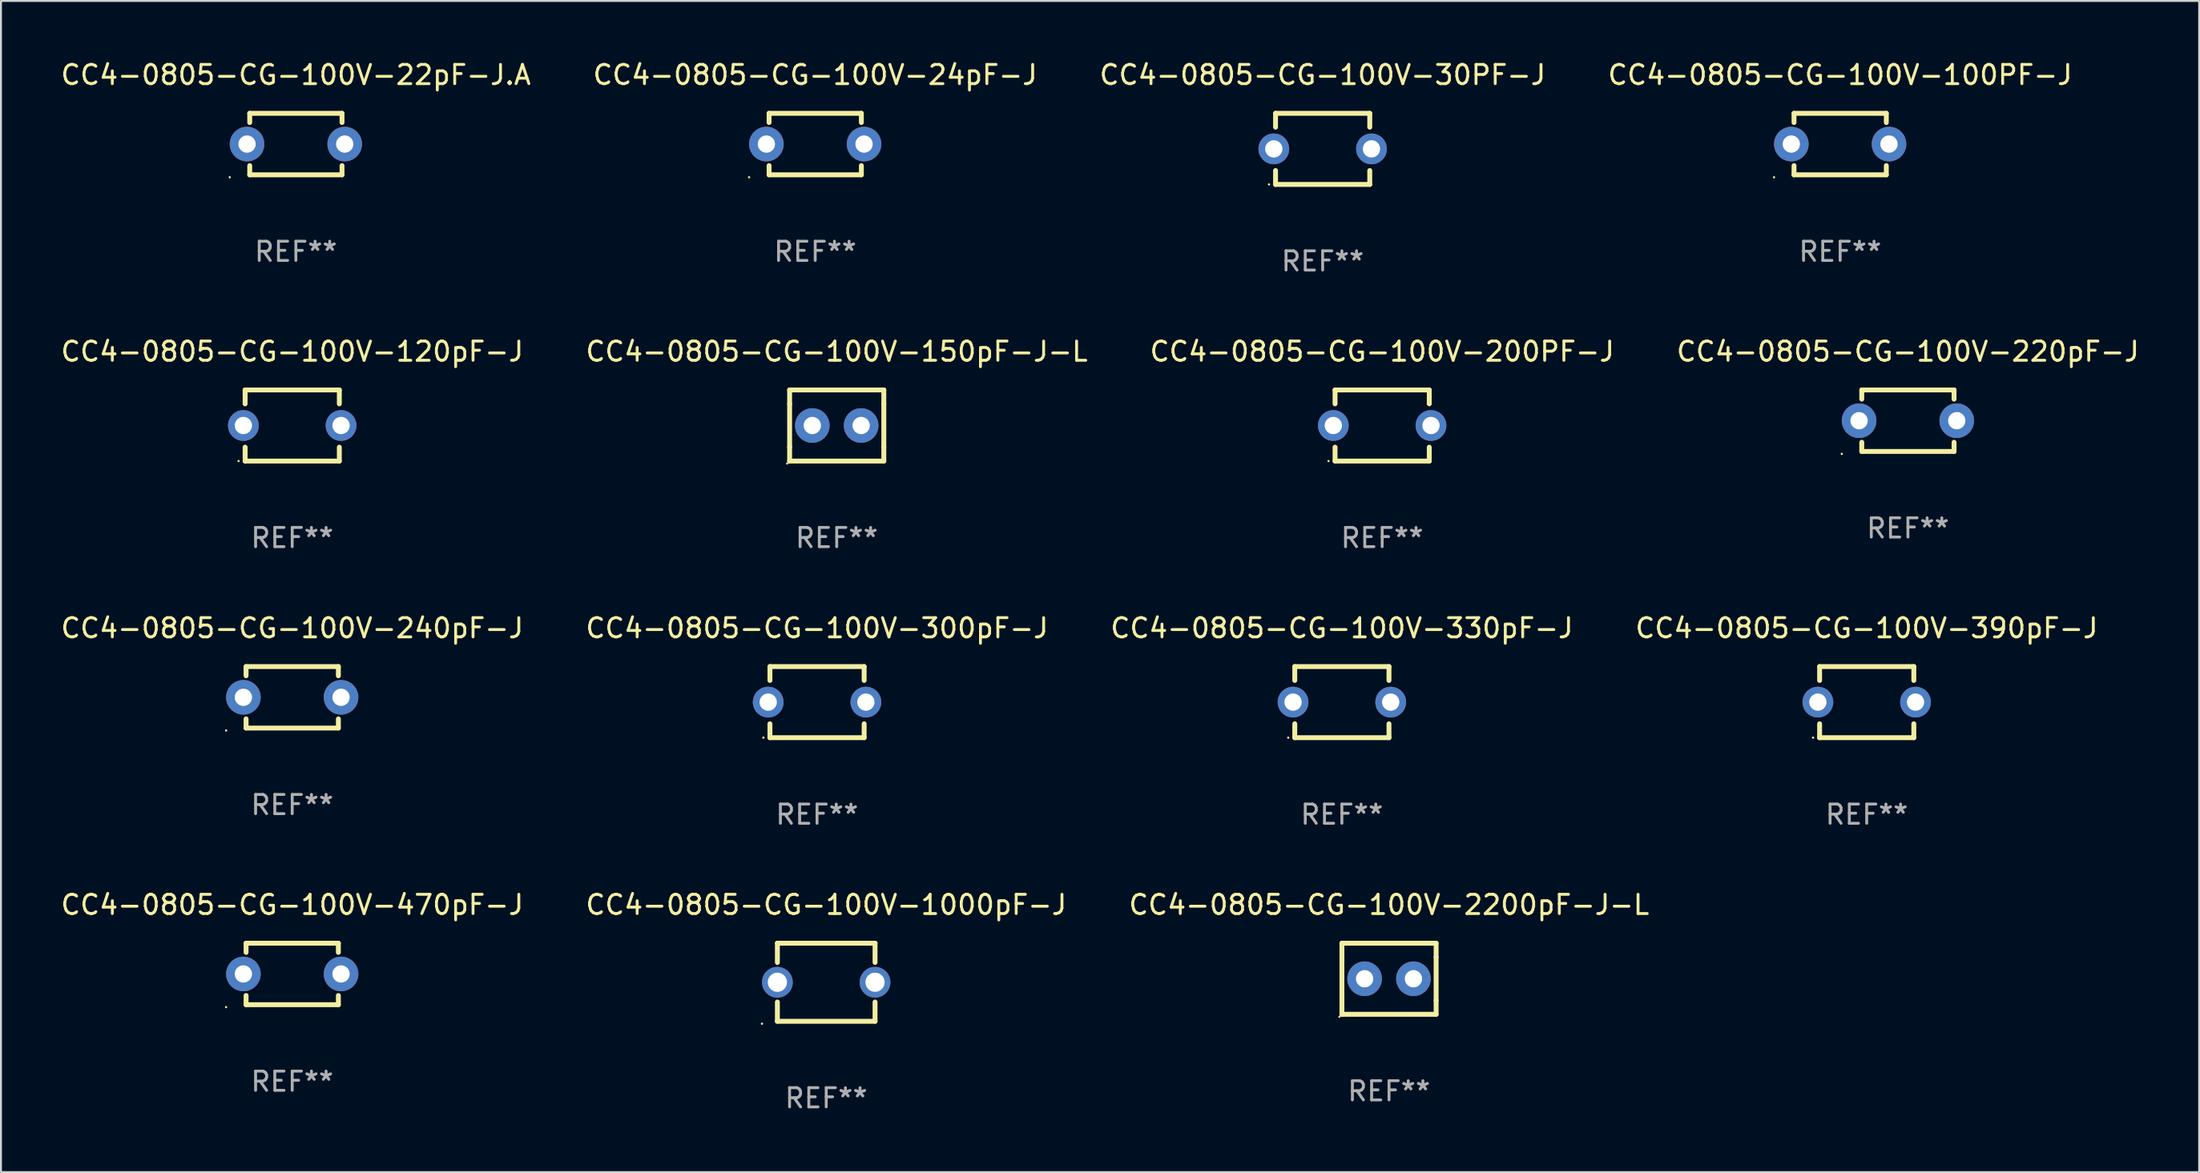
<source format=kicad_pcb>
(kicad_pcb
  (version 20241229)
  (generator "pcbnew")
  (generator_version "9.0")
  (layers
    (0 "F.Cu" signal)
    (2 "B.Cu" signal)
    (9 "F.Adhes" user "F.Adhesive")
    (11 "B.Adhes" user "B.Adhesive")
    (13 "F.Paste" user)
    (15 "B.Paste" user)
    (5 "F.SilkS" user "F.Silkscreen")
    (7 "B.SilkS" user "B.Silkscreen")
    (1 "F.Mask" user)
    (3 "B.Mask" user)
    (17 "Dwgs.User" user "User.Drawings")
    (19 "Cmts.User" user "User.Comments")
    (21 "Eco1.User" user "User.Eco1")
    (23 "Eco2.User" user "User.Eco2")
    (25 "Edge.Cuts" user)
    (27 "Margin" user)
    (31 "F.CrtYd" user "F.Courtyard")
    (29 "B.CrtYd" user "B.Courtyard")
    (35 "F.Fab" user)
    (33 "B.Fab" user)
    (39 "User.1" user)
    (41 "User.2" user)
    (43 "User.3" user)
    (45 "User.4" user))
  (footprint "CC4-0805-CG-100V-300pF-J"
    (layer "F.Cu")
    (at 39.446 33.491)
    (property "Reference" "CC4-0805-CG-100V-300pF-J" (at 0 -3.85 0) (layer "F.SilkS") (effects (font (size 1 1) (thickness 0.15))))
    (attr through_hole)
    (fp_line (start -2.45 -1.85) (end 2.45 -1.85) (stroke (width 0.254) (type solid)) (layer "F.SilkS"))
    (fp_line (start -2.45 -1.128) (end -2.45 -1.85) (stroke (width 0.254) (type solid)) (layer "F.SilkS"))
    (fp_line (start -2.45 1.85) (end -2.45 1.128) (stroke (width 0.254) (type solid)) (layer "F.SilkS"))
    (fp_line (start 2.45 -1.85) (end 2.45 -1.128) (stroke (width 0.254) (type solid)) (layer "F.SilkS"))
    (fp_line (start 2.45 1.128) (end 2.45 1.85) (stroke (width 0.254) (type solid)) (layer "F.SilkS"))
    (fp_line (start 2.45 1.85) (end -2.45 1.85) (stroke (width 0.254) (type solid)) (layer "F.SilkS"))
    (fp_circle (center -2.79 1.85) (end -2.76 1.85) (stroke (width 0.06) (type solid)) (fill no) (layer "F.SilkS"))
    (fp_text user "REF**" (at 0 5.85 0) (layer "F.Fab") (effects (font (size 1 1) (thickness 0.15))))
    (pad "1" thru_hole circle (at -2.54 0) (size 1.6 1.6) (drill 0.9) (layers "*.Cu" "*.Mask"))
    (pad "2" thru_hole circle (at 2.54 0) (size 1.6 1.6) (drill 0.9) (layers "*.Cu" "*.Mask")))
  (footprint "CC4-0805-CG-100V-120pF-J"
    (layer "F.Cu")
    (at 12.149 19.095)
    (property "Reference" "CC4-0805-CG-100V-120pF-J" (at 0 -3.85 0) (layer "F.SilkS") (effects (font (size 1 1) (thickness 0.15))))
    (attr through_hole)
    (fp_line (start -2.45 -1.85) (end 2.45 -1.85) (stroke (width 0.254) (type solid)) (layer "F.SilkS"))
    (fp_line (start -2.45 -1.128) (end -2.45 -1.85) (stroke (width 0.254) (type solid)) (layer "F.SilkS"))
    (fp_line (start -2.45 1.85) (end -2.45 1.128) (stroke (width 0.254) (type solid)) (layer "F.SilkS"))
    (fp_line (start 2.45 -1.85) (end 2.45 -1.128) (stroke (width 0.254) (type solid)) (layer "F.SilkS"))
    (fp_line (start 2.45 1.128) (end 2.45 1.85) (stroke (width 0.254) (type solid)) (layer "F.SilkS"))
    (fp_line (start 2.45 1.85) (end -2.45 1.85) (stroke (width 0.254) (type solid)) (layer "F.SilkS"))
    (fp_circle (center -2.79 1.85) (end -2.76 1.85) (stroke (width 0.06) (type solid)) (fill no) (layer "F.SilkS"))
    (fp_text user "REF**" (at 0 5.85 0) (layer "F.Fab") (effects (font (size 1 1) (thickness 0.15))))
    (pad "1" thru_hole circle (at -2.54 0) (size 1.6 1.6) (drill 0.9) (layers "*.Cu" "*.Mask"))
    (pad "2" thru_hole circle (at 2.54 0) (size 1.6 1.6) (drill 0.9) (layers "*.Cu" "*.Mask")))
  (footprint "CC4-0805-CG-100V-470pF-J"
    (layer "F.Cu")
    (at 12.149 47.638)
    (property "Reference" "CC4-0805-CG-100V-470pF-J" (at 0 -3.6 0) (layer "F.SilkS") (effects (font (size 1 1) (thickness 0.15))))
    (attr through_hole)
    (fp_line (start -2.4 -1.122) (end -2.4 -1.6) (stroke (width 0.254) (type solid)) (layer "F.SilkS"))
    (fp_line (start -2.4 1.6) (end -2.4 1.122) (stroke (width 0.254) (type solid)) (layer "F.SilkS"))
    (fp_line (start -2.4 -1.6) (end 2.4 -1.6) (stroke (width 0.254) (type solid)) (layer "F.SilkS"))
    (fp_line (start 2.4 1.6) (end -2.4 1.6) (stroke (width 0.254) (type solid)) (layer "F.SilkS"))
    (fp_line (start 2.4 -1.6) (end 2.4 -1.122) (stroke (width 0.254) (type solid)) (layer "F.SilkS"))
    (fp_line (start 2.4 1.122) (end 2.4 1.6) (stroke (width 0.254) (type solid)) (layer "F.SilkS"))
    (fp_circle (center -3.44 1.727) (end -3.41 1.727) (stroke (width 0.06) (type solid)) (fill no) (layer "F.SilkS"))
    (fp_text user "REF**" (at 0 5.6 0) (layer "F.Fab") (effects (font (size 1 1) (thickness 0.15))))
    (pad "1" thru_hole circle (at -2.54 0) (size 1.8 1.8) (drill 0.9) (layers "*.Cu" "*.Mask"))
    (pad "2" thru_hole circle (at 2.54 0) (size 1.8 1.8) (drill 0.9) (layers "*.Cu" "*.Mask")))
  (footprint "CC4-0805-CG-100V-150pF-J-L"
    (layer "F.Cu")
    (at 40.47 19.095)
    (property "Reference" "CC4-0805-CG-100V-150pF-J-L" (at 0 -3.85 0) (layer "F.SilkS") (effects (font (size 1 1) (thickness 0.15))))
    (attr through_hole)
    (fp_line (start -2.45 -1.85) (end 2.45 -1.85) (stroke (width 0.254) (type solid)) (layer "F.SilkS"))
    (fp_line (start -2.45 -1.128) (end -2.45 -1.85) (stroke (width 0.254) (type solid)) (layer "F.SilkS"))
    (fp_line (start -2.45 -1.128) (end -2.45 1.128) (stroke (width 0.254) (type solid)) (layer "F.SilkS"))
    (fp_line (start -2.45 1.85) (end -2.45 1.128) (stroke (width 0.254) (type solid)) (layer "F.SilkS"))
    (fp_line (start 2.45 -1.85) (end 2.45 -1.128) (stroke (width 0.254) (type solid)) (layer "F.SilkS"))
    (fp_line (start 2.45 -1.128) (end 2.45 1.128) (stroke (width 0.254) (type solid)) (layer "F.SilkS"))
    (fp_line (start 2.45 1.128) (end 2.45 1.85) (stroke (width 0.254) (type solid)) (layer "F.SilkS"))
    (fp_line (start 2.45 1.85) (end -2.45 1.85) (stroke (width 0.254) (type solid)) (layer "F.SilkS"))
    (fp_circle (center -2.577 1.977) (end -2.547 1.977) (stroke (width 0.06) (type solid)) (fill no) (layer "F.SilkS"))
    (fp_text user "REF**" (at 0 5.85 0) (layer "F.Fab") (effects (font (size 1 1) (thickness 0.15))))
    (pad "1" thru_hole circle (at -1.27 0) (size 1.8 1.8) (drill 0.9) (layers "*.Cu" "*.Mask"))
    (pad "2" thru_hole circle (at 1.27 0) (size 1.8 1.8) (drill 0.9) (layers "*.Cu" "*.Mask")))
  (footprint "CC4-0805-CG-100V-1000pF-J"
    (layer "F.Cu")
    (at 39.923 48.07)
    (property "Reference" "CC4-0805-CG-100V-1000pF-J" (at 0 -4.032 0) (layer "F.SilkS") (effects (font (size 1 1) (thickness 0.15))))
    (attr through_hole)
    (fp_line (start -2.54 -2.032) (end -2.54 -1.031) (stroke (width 0.254) (type solid)) (layer "F.SilkS"))
    (fp_line (start -2.54 -2.032) (end 2.54 -2.032) (stroke (width 0.254) (type solid)) (layer "F.SilkS"))
    (fp_line (start -2.54 1.031) (end -2.54 2.032) (stroke (width 0.254) (type solid)) (layer "F.SilkS"))
    (fp_line (start -2.54 2.032) (end 2.54 2.032) (stroke (width 0.254) (type solid)) (layer "F.SilkS"))
    (fp_line (start 2.54 -2.032) (end 2.54 -1.031) (stroke (width 0.254) (type solid)) (layer "F.SilkS"))
    (fp_line (start 2.54 1.031) (end 2.54 2.032) (stroke (width 0.254) (type solid)) (layer "F.SilkS"))
    (fp_circle (center -3.34 2.159) (end -3.31 2.159) (stroke (width 0.06) (type solid)) (fill no) (layer "F.SilkS"))
    (fp_text user "REF**" (at 0 6.032 0) (layer "F.Fab") (effects (font (size 1 1) (thickness 0.15))))
    (pad "1" thru_hole circle (at -2.54 0) (size 1.6 1.6) (drill 1) (layers "*.Cu" "*.Mask"))
    (pad "2" thru_hole circle (at 2.54 0) (size 1.6 1.6) (drill 1) (layers "*.Cu" "*.Mask")))
  (footprint "CC4-0805-CG-100V-240pF-J"
    (layer "F.Cu")
    (at 12.149 33.241)
    (property "Reference" "CC4-0805-CG-100V-240pF-J" (at 0 -3.6 0) (layer "F.SilkS") (effects (font (size 1 1) (thickness 0.15))))
    (attr through_hole)
    (fp_line (start -2.4 -1.122) (end -2.4 -1.6) (stroke (width 0.254) (type solid)) (layer "F.SilkS"))
    (fp_line (start -2.4 1.6) (end -2.4 1.122) (stroke (width 0.254) (type solid)) (layer "F.SilkS"))
    (fp_line (start -2.4 -1.6) (end 2.4 -1.6) (stroke (width 0.254) (type solid)) (layer "F.SilkS"))
    (fp_line (start 2.4 1.6) (end -2.4 1.6) (stroke (width 0.254) (type solid)) (layer "F.SilkS"))
    (fp_line (start 2.4 -1.6) (end 2.4 -1.122) (stroke (width 0.254) (type solid)) (layer "F.SilkS"))
    (fp_line (start 2.4 1.122) (end 2.4 1.6) (stroke (width 0.254) (type solid)) (layer "F.SilkS"))
    (fp_circle (center -3.44 1.727) (end -3.41 1.727) (stroke (width 0.06) (type solid)) (fill no) (layer "F.SilkS"))
    (fp_text user "REF**" (at 0 5.6 0) (layer "F.Fab") (effects (font (size 1 1) (thickness 0.15))))
    (pad "1" thru_hole circle (at -2.54 0) (size 1.8 1.8) (drill 0.9) (layers "*.Cu" "*.Mask"))
    (pad "2" thru_hole circle (at 2.54 0) (size 1.8 1.8) (drill 0.9) (layers "*.Cu" "*.Mask")))
  (footprint "CC4-0805-CG-100V-330pF-J"
    (layer "F.Cu")
    (at 66.744 33.491)
    (property "Reference" "CC4-0805-CG-100V-330pF-J" (at 0 -3.85 0) (layer "F.SilkS") (effects (font (size 1 1) (thickness 0.15))))
    (attr through_hole)
    (fp_line (start -2.45 -1.85) (end 2.45 -1.85) (stroke (width 0.254) (type solid)) (layer "F.SilkS"))
    (fp_line (start -2.45 -1.128) (end -2.45 -1.85) (stroke (width 0.254) (type solid)) (layer "F.SilkS"))
    (fp_line (start -2.45 1.85) (end -2.45 1.128) (stroke (width 0.254) (type solid)) (layer "F.SilkS"))
    (fp_line (start 2.45 -1.85) (end 2.45 -1.128) (stroke (width 0.254) (type solid)) (layer "F.SilkS"))
    (fp_line (start 2.45 1.128) (end 2.45 1.85) (stroke (width 0.254) (type solid)) (layer "F.SilkS"))
    (fp_line (start 2.45 1.85) (end -2.45 1.85) (stroke (width 0.254) (type solid)) (layer "F.SilkS"))
    (fp_circle (center -2.79 1.85) (end -2.76 1.85) (stroke (width 0.06) (type solid)) (fill no) (layer "F.SilkS"))
    (fp_text user "REF**" (at 0 5.85 0) (layer "F.Fab") (effects (font (size 1 1) (thickness 0.15))))
    (pad "1" thru_hole circle (at -2.54 0) (size 1.6 1.6) (drill 0.9) (layers "*.Cu" "*.Mask"))
    (pad "2" thru_hole circle (at 2.54 0) (size 1.6 1.6) (drill 0.9) (layers "*.Cu" "*.Mask")))
  (footprint "CC4-0805-CG-100V-30PF-J"
    (layer "F.Cu")
    (at 65.744 4.698)
    (property "Reference" "CC4-0805-CG-100V-30PF-J" (at 0 -3.85 0) (layer "F.SilkS") (effects (font (size 1 1) (thickness 0.15))))
    (attr through_hole)
    (fp_line (start -2.45 -1.85) (end 2.45 -1.85) (stroke (width 0.254) (type solid)) (layer "F.SilkS"))
    (fp_line (start -2.45 -1.128) (end -2.45 -1.85) (stroke (width 0.254) (type solid)) (layer "F.SilkS"))
    (fp_line (start -2.45 1.85) (end -2.45 1.128) (stroke (width 0.254) (type solid)) (layer "F.SilkS"))
    (fp_line (start 2.45 -1.85) (end 2.45 -1.128) (stroke (width 0.254) (type solid)) (layer "F.SilkS"))
    (fp_line (start 2.45 1.128) (end 2.45 1.85) (stroke (width 0.254) (type solid)) (layer "F.SilkS"))
    (fp_line (start 2.45 1.85) (end -2.45 1.85) (stroke (width 0.254) (type solid)) (layer "F.SilkS"))
    (fp_circle (center -2.79 1.85) (end -2.76 1.85) (stroke (width 0.06) (type solid)) (fill no) (layer "F.SilkS"))
    (fp_text user "REF**" (at 0 5.85 0) (layer "F.Fab") (effects (font (size 1 1) (thickness 0.15))))
    (pad "1" thru_hole circle (at -2.54 0) (size 1.6 1.6) (drill 0.9) (layers "*.Cu" "*.Mask"))
    (pad "2" thru_hole circle (at 2.54 0) (size 1.6 1.6) (drill 0.9) (layers "*.Cu" "*.Mask")))
  (footprint "CC4-0805-CG-100V-390pF-J"
    (layer "F.Cu")
    (at 94.042 33.491)
    (property "Reference" "CC4-0805-CG-100V-390pF-J" (at 0 -3.85 0) (layer "F.SilkS") (effects (font (size 1 1) (thickness 0.15))))
    (attr through_hole)
    (fp_line (start -2.45 -1.85) (end 2.45 -1.85) (stroke (width 0.254) (type solid)) (layer "F.SilkS"))
    (fp_line (start -2.45 -1.128) (end -2.45 -1.85) (stroke (width 0.254) (type solid)) (layer "F.SilkS"))
    (fp_line (start -2.45 1.85) (end -2.45 1.128) (stroke (width 0.254) (type solid)) (layer "F.SilkS"))
    (fp_line (start 2.45 -1.85) (end 2.45 -1.128) (stroke (width 0.254) (type solid)) (layer "F.SilkS"))
    (fp_line (start 2.45 1.128) (end 2.45 1.85) (stroke (width 0.254) (type solid)) (layer "F.SilkS"))
    (fp_line (start 2.45 1.85) (end -2.45 1.85) (stroke (width 0.254) (type solid)) (layer "F.SilkS"))
    (fp_circle (center -2.79 1.85) (end -2.76 1.85) (stroke (width 0.06) (type solid)) (fill no) (layer "F.SilkS"))
    (fp_text user "REF**" (at 0 5.85 0) (layer "F.Fab") (effects (font (size 1 1) (thickness 0.15))))
    (pad "1" thru_hole circle (at -2.54 0) (size 1.6 1.6) (drill 0.9) (layers "*.Cu" "*.Mask"))
    (pad "2" thru_hole circle (at 2.54 0) (size 1.6 1.6) (drill 0.9) (layers "*.Cu" "*.Mask")))
  (footprint "CC4-0805-CG-100V-100PF-J"
    (layer "F.Cu")
    (at 92.661 4.448)
    (property "Reference" "CC4-0805-CG-100V-100PF-J" (at 0 -3.6 0) (layer "F.SilkS") (effects (font (size 1 1) (thickness 0.15))))
    (attr through_hole)
    (fp_line (start -2.4 -1.122) (end -2.4 -1.6) (stroke (width 0.254) (type solid)) (layer "F.SilkS"))
    (fp_line (start -2.4 1.6) (end -2.4 1.122) (stroke (width 0.254) (type solid)) (layer "F.SilkS"))
    (fp_line (start -2.4 -1.6) (end 2.4 -1.6) (stroke (width 0.254) (type solid)) (layer "F.SilkS"))
    (fp_line (start 2.4 1.6) (end -2.4 1.6) (stroke (width 0.254) (type solid)) (layer "F.SilkS"))
    (fp_line (start 2.4 -1.6) (end 2.4 -1.122) (stroke (width 0.254) (type solid)) (layer "F.SilkS"))
    (fp_line (start 2.4 1.122) (end 2.4 1.6) (stroke (width 0.254) (type solid)) (layer "F.SilkS"))
    (fp_circle (center -3.44 1.727) (end -3.41 1.727) (stroke (width 0.06) (type solid)) (fill no) (layer "F.SilkS"))
    (fp_text user "REF**" (at 0 5.6 0) (layer "F.Fab") (effects (font (size 1 1) (thickness 0.15))))
    (pad "1" thru_hole circle (at -2.54 0) (size 1.8 1.8) (drill 0.9) (layers "*.Cu" "*.Mask"))
    (pad "2" thru_hole circle (at 2.54 0) (size 1.8 1.8) (drill 0.9) (layers "*.Cu" "*.Mask")))
  (footprint "CC4-0805-CG-100V-2200pF-J-L"
    (layer "F.Cu")
    (at 69.196 47.888)
    (property "Reference" "CC4-0805-CG-100V-2200pF-J-L" (at 0 -3.85 0) (layer "F.SilkS") (effects (font (size 1 1) (thickness 0.15))))
    (attr through_hole)
    (fp_line (start -2.45 -1.85) (end 2.45 -1.85) (stroke (width 0.254) (type solid)) (layer "F.SilkS"))
    (fp_line (start -2.45 -1.128) (end -2.45 -1.85) (stroke (width 0.254) (type solid)) (layer "F.SilkS"))
    (fp_line (start -2.45 -1.128) (end -2.45 1.128) (stroke (width 0.254) (type solid)) (layer "F.SilkS"))
    (fp_line (start -2.45 1.85) (end -2.45 1.128) (stroke (width 0.254) (type solid)) (layer "F.SilkS"))
    (fp_line (start 2.45 -1.85) (end 2.45 -1.128) (stroke (width 0.254) (type solid)) (layer "F.SilkS"))
    (fp_line (start 2.45 -1.128) (end 2.45 1.128) (stroke (width 0.254) (type solid)) (layer "F.SilkS"))
    (fp_line (start 2.45 1.128) (end 2.45 1.85) (stroke (width 0.254) (type solid)) (layer "F.SilkS"))
    (fp_line (start 2.45 1.85) (end -2.45 1.85) (stroke (width 0.254) (type solid)) (layer "F.SilkS"))
    (fp_circle (center -2.577 1.977) (end -2.547 1.977) (stroke (width 0.06) (type solid)) (fill no) (layer "F.SilkS"))
    (fp_text user "REF**" (at 0 5.85 0) (layer "F.Fab") (effects (font (size 1 1) (thickness 0.15))))
    (pad "1" thru_hole circle (at -1.27 0) (size 1.8 1.8) (drill 0.9) (layers "*.Cu" "*.Mask"))
    (pad "2" thru_hole circle (at 1.27 0) (size 1.8 1.8) (drill 0.9) (layers "*.Cu" "*.Mask")))
  (footprint "CC4-0805-CG-100V-22pF-J.A"
    (layer "F.Cu")
    (at 12.339 4.448)
    (property "Reference" "CC4-0805-CG-100V-22pF-J.A" (at 0 -3.6 0) (layer "F.SilkS") (effects (font (size 1 1) (thickness 0.15))))
    (attr through_hole)
    (fp_line (start -2.4 -1.122) (end -2.4 -1.6) (stroke (width 0.254) (type solid)) (layer "F.SilkS"))
    (fp_line (start -2.4 1.6) (end -2.4 1.122) (stroke (width 0.254) (type solid)) (layer "F.SilkS"))
    (fp_line (start -2.4 -1.6) (end 2.4 -1.6) (stroke (width 0.254) (type solid)) (layer "F.SilkS"))
    (fp_line (start 2.4 1.6) (end -2.4 1.6) (stroke (width 0.254) (type solid)) (layer "F.SilkS"))
    (fp_line (start 2.4 -1.6) (end 2.4 -1.122) (stroke (width 0.254) (type solid)) (layer "F.SilkS"))
    (fp_line (start 2.4 1.122) (end 2.4 1.6) (stroke (width 0.254) (type solid)) (layer "F.SilkS"))
    (fp_circle (center -3.44 1.727) (end -3.41 1.727) (stroke (width 0.06) (type solid)) (fill no) (layer "F.SilkS"))
    (fp_text user "REF**" (at 0 5.6 0) (layer "F.Fab") (effects (font (size 1 1) (thickness 0.15))))
    (pad "1" thru_hole circle (at -2.54 0) (size 1.8 1.8) (drill 0.9) (layers "*.Cu" "*.Mask"))
    (pad "2" thru_hole circle (at 2.54 0) (size 1.8 1.8) (drill 0.9) (layers "*.Cu" "*.Mask")))
  (footprint "CC4-0805-CG-100V-220pF-J"
    (layer "F.Cu")
    (at 96.185 18.845)
    (property "Reference" "CC4-0805-CG-100V-220pF-J" (at 0 -3.6 0) (layer "F.SilkS") (effects (font (size 1 1) (thickness 0.15))))
    (attr through_hole)
    (fp_line (start -2.4 -1.122) (end -2.4 -1.6) (stroke (width 0.254) (type solid)) (layer "F.SilkS"))
    (fp_line (start -2.4 1.6) (end -2.4 1.122) (stroke (width 0.254) (type solid)) (layer "F.SilkS"))
    (fp_line (start -2.4 -1.6) (end 2.4 -1.6) (stroke (width 0.254) (type solid)) (layer "F.SilkS"))
    (fp_line (start 2.4 1.6) (end -2.4 1.6) (stroke (width 0.254) (type solid)) (layer "F.SilkS"))
    (fp_line (start 2.4 -1.6) (end 2.4 -1.122) (stroke (width 0.254) (type solid)) (layer "F.SilkS"))
    (fp_line (start 2.4 1.122) (end 2.4 1.6) (stroke (width 0.254) (type solid)) (layer "F.SilkS"))
    (fp_circle (center -3.44 1.727) (end -3.41 1.727) (stroke (width 0.06) (type solid)) (fill no) (layer "F.SilkS"))
    (fp_text user "REF**" (at 0 5.6 0) (layer "F.Fab") (effects (font (size 1 1) (thickness 0.15))))
    (pad "1" thru_hole circle (at -2.54 0) (size 1.8 1.8) (drill 0.9) (layers "*.Cu" "*.Mask"))
    (pad "2" thru_hole circle (at 2.54 0) (size 1.8 1.8) (drill 0.9) (layers "*.Cu" "*.Mask")))
  (footprint "CC4-0805-CG-100V-24pF-J"
    (layer "F.Cu")
    (at 39.351 4.448)
    (property "Reference" "CC4-0805-CG-100V-24pF-J" (at 0 -3.6 0) (layer "F.SilkS") (effects (font (size 1 1) (thickness 0.15))))
    (attr through_hole)
    (fp_line (start -2.4 -1.122) (end -2.4 -1.6) (stroke (width 0.254) (type solid)) (layer "F.SilkS"))
    (fp_line (start -2.4 1.6) (end -2.4 1.122) (stroke (width 0.254) (type solid)) (layer "F.SilkS"))
    (fp_line (start -2.4 -1.6) (end 2.4 -1.6) (stroke (width 0.254) (type solid)) (layer "F.SilkS"))
    (fp_line (start 2.4 1.6) (end -2.4 1.6) (stroke (width 0.254) (type solid)) (layer "F.SilkS"))
    (fp_line (start 2.4 -1.6) (end 2.4 -1.122) (stroke (width 0.254) (type solid)) (layer "F.SilkS"))
    (fp_line (start 2.4 1.122) (end 2.4 1.6) (stroke (width 0.254) (type solid)) (layer "F.SilkS"))
    (fp_circle (center -3.44 1.727) (end -3.41 1.727) (stroke (width 0.06) (type solid)) (fill no) (layer "F.SilkS"))
    (fp_text user "REF**" (at 0 5.6 0) (layer "F.Fab") (effects (font (size 1 1) (thickness 0.15))))
    (pad "1" thru_hole circle (at -2.54 0) (size 1.8 1.8) (drill 0.9) (layers "*.Cu" "*.Mask"))
    (pad "2" thru_hole circle (at 2.54 0) (size 1.8 1.8) (drill 0.9) (layers "*.Cu" "*.Mask")))
  (footprint "CC4-0805-CG-100V-200PF-J"
    (layer "F.Cu")
    (at 68.839 19.095)
    (property "Reference" "CC4-0805-CG-100V-200PF-J" (at 0 -3.85 0) (layer "F.SilkS") (effects (font (size 1 1) (thickness 0.15))))
    (attr through_hole)
    (fp_line (start -2.45 -1.85) (end 2.45 -1.85) (stroke (width 0.254) (type solid)) (layer "F.SilkS"))
    (fp_line (start -2.45 -1.128) (end -2.45 -1.85) (stroke (width 0.254) (type solid)) (layer "F.SilkS"))
    (fp_line (start -2.45 1.85) (end -2.45 1.128) (stroke (width 0.254) (type solid)) (layer "F.SilkS"))
    (fp_line (start 2.45 -1.85) (end 2.45 -1.128) (stroke (width 0.254) (type solid)) (layer "F.SilkS"))
    (fp_line (start 2.45 1.128) (end 2.45 1.85) (stroke (width 0.254) (type solid)) (layer "F.SilkS"))
    (fp_line (start 2.45 1.85) (end -2.45 1.85) (stroke (width 0.254) (type solid)) (layer "F.SilkS"))
    (fp_circle (center -2.79 1.85) (end -2.76 1.85) (stroke (width 0.06) (type solid)) (fill no) (layer "F.SilkS"))
    (fp_text user "REF**" (at 0 5.85 0) (layer "F.Fab") (effects (font (size 1 1) (thickness 0.15))))
    (pad "1" thru_hole circle (at -2.54 0) (size 1.6 1.6) (drill 0.9) (layers "*.Cu" "*.Mask"))
    (pad "2" thru_hole circle (at 2.54 0) (size 1.6 1.6) (drill 0.9) (layers "*.Cu" "*.Mask")))
  (gr_rect
    (start -3 -3)
    (end 111.333 57.95)
    (stroke (width 0.1) (type default))
    (fill no)
    (layer "Edge.Cuts")))
</source>
